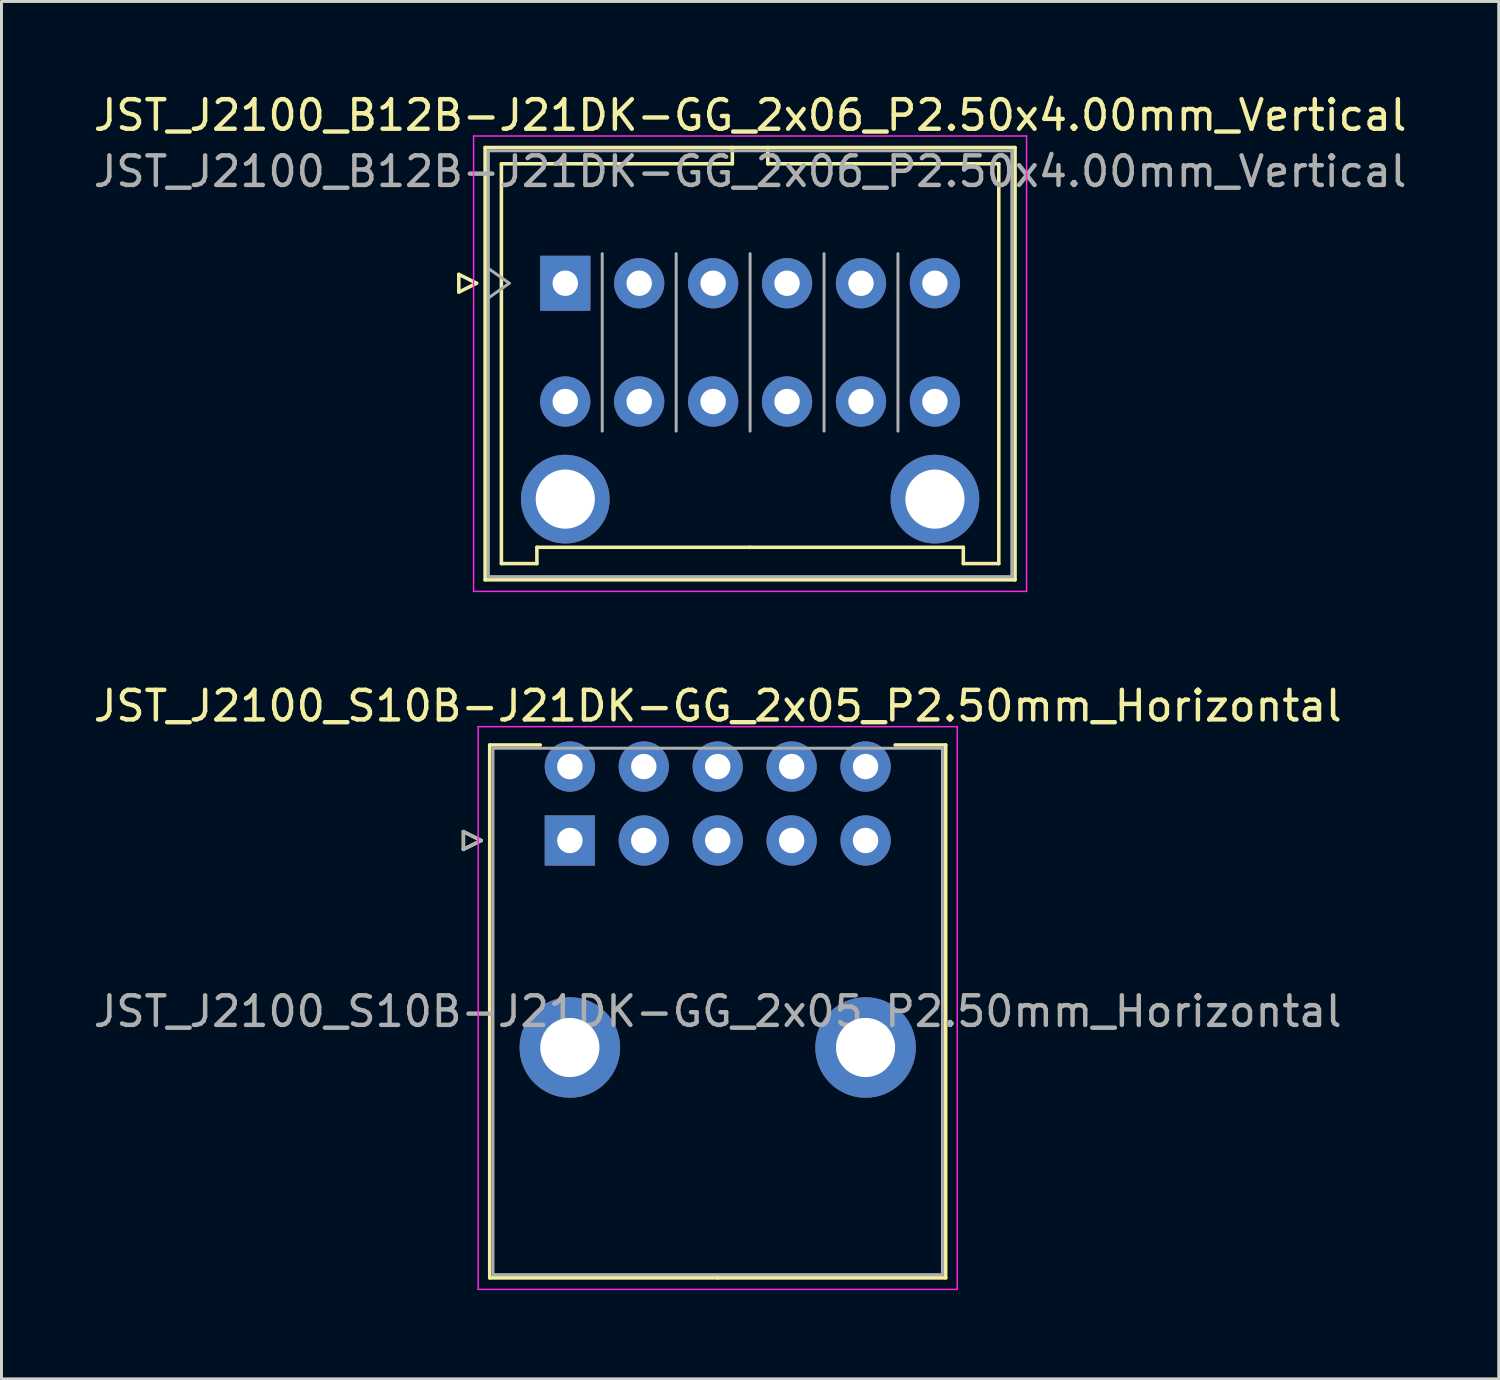
<source format=kicad_pcb>
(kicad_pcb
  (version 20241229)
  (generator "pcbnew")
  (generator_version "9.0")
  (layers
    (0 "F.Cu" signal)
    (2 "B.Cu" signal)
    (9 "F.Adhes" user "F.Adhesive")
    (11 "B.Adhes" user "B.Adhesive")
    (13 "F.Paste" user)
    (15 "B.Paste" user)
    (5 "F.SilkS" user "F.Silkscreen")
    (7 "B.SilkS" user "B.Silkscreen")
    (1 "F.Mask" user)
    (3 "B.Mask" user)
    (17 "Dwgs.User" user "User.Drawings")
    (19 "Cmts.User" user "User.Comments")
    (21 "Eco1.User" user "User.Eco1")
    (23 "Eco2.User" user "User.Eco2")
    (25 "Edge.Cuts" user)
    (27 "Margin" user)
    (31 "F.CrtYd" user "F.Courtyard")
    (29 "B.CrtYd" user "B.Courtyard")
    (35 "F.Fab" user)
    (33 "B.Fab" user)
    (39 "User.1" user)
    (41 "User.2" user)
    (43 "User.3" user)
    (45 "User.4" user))
  (footprint "JST_J2100_S10B-J21DK-GG_2x05_P2.50mm_Horizontal"
    (layer "F.Cu")
    (at 16.22 25.372)
    (property "Reference" "JST_J2100_S10B-J21DK-GG_2x05_P2.50mm_Horizontal" (at 5 -4.55 0) (layer "F.SilkS") (effects (font (size 1 1) (thickness 0.15))))
    (attr through_hole)
    (fp_line (start -3.6 -0.3) (end -3 0) (stroke (width 0.12) (type solid)) (layer "F.SilkS"))
    (fp_line (start -3.6 0.3) (end -3.6 -0.3) (stroke (width 0.12) (type solid)) (layer "F.SilkS"))
    (fp_line (start -3 0) (end -3.6 0.3) (stroke (width 0.12) (type solid)) (layer "F.SilkS"))
    (fp_line (start -2.71 -3.23) (end -2.71 14.79) (stroke (width 0.12) (type solid)) (layer "F.SilkS"))
    (fp_line (start -2.71 14.79) (end 5 14.79) (stroke (width 0.12) (type solid)) (layer "F.SilkS"))
    (fp_line (start -1 -3.23) (end -2.71 -3.23) (stroke (width 0.12) (type solid)) (layer "F.SilkS"))
    (fp_line (start 11 -3.23) (end 12.71 -3.23) (stroke (width 0.12) (type solid)) (layer "F.SilkS"))
    (fp_line (start 12.71 -3.23) (end 12.71 14.79) (stroke (width 0.12) (type solid)) (layer "F.SilkS"))
    (fp_line (start 12.71 14.79) (end 5 14.79) (stroke (width 0.12) (type solid)) (layer "F.SilkS"))
    (fp_line (start -3.1 -3.85) (end -3.1 15.18) (stroke (width 0.05) (type solid)) (layer "F.CrtYd"))
    (fp_line (start -3.1 15.18) (end 13.1 15.18) (stroke (width 0.05) (type solid)) (layer "F.CrtYd"))
    (fp_line (start 13.1 -3.85) (end -3.1 -3.85) (stroke (width 0.05) (type solid)) (layer "F.CrtYd"))
    (fp_line (start 13.1 15.18) (end 13.1 -3.85) (stroke (width 0.05) (type solid)) (layer "F.CrtYd"))
    (fp_line (start -3.6 -0.3) (end -3 0) (stroke (width 0.1) (type solid)) (layer "F.Fab"))
    (fp_line (start -3.6 0.3) (end -3.6 -0.3) (stroke (width 0.1) (type solid)) (layer "F.Fab"))
    (fp_line (start -3 0) (end -3.6 0.3) (stroke (width 0.1) (type solid)) (layer "F.Fab"))
    (fp_line (start -2.6 -3.12) (end -2.6 14.68) (stroke (width 0.1) (type solid)) (layer "F.Fab"))
    (fp_line (start -2.6 14.68) (end 12.6 14.68) (stroke (width 0.1) (type solid)) (layer "F.Fab"))
    (fp_line (start 12.6 -3.12) (end -2.6 -3.12) (stroke (width 0.1) (type solid)) (layer "F.Fab"))
    (fp_line (start 12.6 14.68) (end 12.6 -3.12) (stroke (width 0.1) (type solid)) (layer "F.Fab"))
    (fp_text user "${REFERENCE}" (at 5 5.78 0) (layer "F.Fab") (effects (font (size 1 1) (thickness 0.15))))
    (pad "" thru_hole circle (at 0 7) (size 3.4 3.4) (drill 2) (layers "*.Cu" "*.Mask"))
    (pad "" thru_hole circle (at 10 7) (size 3.4 3.4) (drill 2) (layers "*.Cu" "*.Mask"))
    (pad "a1" thru_hole rect (at 0 0) (size 1.7 1.7) (drill 0.86) (layers "*.Cu" "*.Mask"))
    (pad "a2" thru_hole circle (at 2.5 0) (size 1.7 1.7) (drill 0.86) (layers "*.Cu" "*.Mask"))
    (pad "a3" thru_hole circle (at 5 0) (size 1.7 1.7) (drill 0.86) (layers "*.Cu" "*.Mask"))
    (pad "a4" thru_hole circle (at 7.5 0) (size 1.7 1.7) (drill 0.86) (layers "*.Cu" "*.Mask"))
    (pad "a5" thru_hole circle (at 10 0) (size 1.7 1.7) (drill 0.86) (layers "*.Cu" "*.Mask"))
    (pad "b1" thru_hole circle (at 0 -2.5) (size 1.7 1.7) (drill 0.86) (layers "*.Cu" "*.Mask"))
    (pad "b2" thru_hole circle (at 2.5 -2.5) (size 1.7 1.7) (drill 0.86) (layers "*.Cu" "*.Mask"))
    (pad "b3" thru_hole circle (at 5 -2.5) (size 1.7 1.7) (drill 0.86) (layers "*.Cu" "*.Mask"))
    (pad "b4" thru_hole circle (at 7.5 -2.5) (size 1.7 1.7) (drill 0.86) (layers "*.Cu" "*.Mask"))
    (pad "b5" thru_hole circle (at 10 -2.5) (size 1.7 1.7) (drill 0.86) (layers "*.Cu" "*.Mask")))
  (footprint "JST_J2100_B12B-J21DK-GG_2x06_P2.50x4.00mm_Vertical"
    (layer "F.Cu")
    (at 16.065 6.528)
    (property "Reference" "JST_J2100_B12B-J21DK-GG_2x06_P2.50x4.00mm_Vertical" (at 6.25 -5.68 0) (layer "F.SilkS") (effects (font (size 1 1) (thickness 0.15))))
    (attr through_hole)
    (fp_line (start -3.6 -0.3) (end -3 0) (stroke (width 0.12) (type solid)) (layer "F.SilkS"))
    (fp_line (start -3.6 0.3) (end -3.6 -0.3) (stroke (width 0.12) (type solid)) (layer "F.SilkS"))
    (fp_line (start -3 0) (end -3.6 0.3) (stroke (width 0.12) (type solid)) (layer "F.SilkS"))
    (fp_line (start -2.71 -4.59) (end -2.71 10.03) (stroke (width 0.12) (type solid)) (layer "F.SilkS"))
    (fp_line (start -2.71 10.03) (end 15.21 10.03) (stroke (width 0.12) (type solid)) (layer "F.SilkS"))
    (fp_line (start -2.16 -4.04) (end -2.16 9.48) (stroke (width 0.12) (type solid)) (layer "F.SilkS"))
    (fp_line (start -2.16 9.48) (end -0.96 9.48) (stroke (width 0.12) (type solid)) (layer "F.SilkS"))
    (fp_line (start -0.96 8.93) (end 6.25 8.93) (stroke (width 0.12) (type solid)) (layer "F.SilkS"))
    (fp_line (start -0.96 9.48) (end -0.96 8.93) (stroke (width 0.12) (type solid)) (layer "F.SilkS"))
    (fp_line (start 5.65 -4.59) (end 5.65 -4.04) (stroke (width 0.12) (type solid)) (layer "F.SilkS"))
    (fp_line (start 5.65 -4.04) (end -2.16 -4.04) (stroke (width 0.12) (type solid)) (layer "F.SilkS"))
    (fp_line (start 6.85 -4.59) (end 6.85 -4.04) (stroke (width 0.12) (type solid)) (layer "F.SilkS"))
    (fp_line (start 6.85 -4.04) (end 14.66 -4.04) (stroke (width 0.12) (type solid)) (layer "F.SilkS"))
    (fp_line (start 13.46 8.93) (end 6.25 8.93) (stroke (width 0.12) (type solid)) (layer "F.SilkS"))
    (fp_line (start 13.46 9.48) (end 13.46 8.93) (stroke (width 0.12) (type solid)) (layer "F.SilkS"))
    (fp_line (start 14.66 -4.04) (end 14.66 9.48) (stroke (width 0.12) (type solid)) (layer "F.SilkS"))
    (fp_line (start 14.66 9.48) (end 13.46 9.48) (stroke (width 0.12) (type solid)) (layer "F.SilkS"))
    (fp_line (start 15.21 -4.59) (end -2.71 -4.59) (stroke (width 0.12) (type solid)) (layer "F.SilkS"))
    (fp_line (start 15.21 10.03) (end 15.21 -4.59) (stroke (width 0.12) (type solid)) (layer "F.SilkS"))
    (fp_line (start -3.1 -4.98) (end -3.1 10.42) (stroke (width 0.05) (type solid)) (layer "F.CrtYd"))
    (fp_line (start -3.1 10.42) (end 15.6 10.42) (stroke (width 0.05) (type solid)) (layer "F.CrtYd"))
    (fp_line (start 15.6 -4.98) (end -3.1 -4.98) (stroke (width 0.05) (type solid)) (layer "F.CrtYd"))
    (fp_line (start 15.6 10.42) (end 15.6 -4.98) (stroke (width 0.05) (type solid)) (layer "F.CrtYd"))
    (fp_line (start -2.6 -4.48) (end -2.6 9.92) (stroke (width 0.1) (type solid)) (layer "F.Fab"))
    (fp_line (start -2.6 0.5) (end -1.893 0) (stroke (width 0.1) (type solid)) (layer "F.Fab"))
    (fp_line (start -2.6 9.92) (end 15.1 9.92) (stroke (width 0.1) (type solid)) (layer "F.Fab"))
    (fp_line (start -1.893 0) (end -2.6 -0.5) (stroke (width 0.1) (type solid)) (layer "F.Fab"))
    (fp_line (start 1.25 5) (end 1.25 -1) (stroke (width 0.1) (type solid)) (layer "F.Fab"))
    (fp_line (start 3.75 5) (end 3.75 -1) (stroke (width 0.1) (type solid)) (layer "F.Fab"))
    (fp_line (start 6.25 5) (end 6.25 -1) (stroke (width 0.1) (type solid)) (layer "F.Fab"))
    (fp_line (start 8.75 5) (end 8.75 -1) (stroke (width 0.1) (type solid)) (layer "F.Fab"))
    (fp_line (start 11.25 5) (end 11.25 -1) (stroke (width 0.1) (type solid)) (layer "F.Fab"))
    (fp_line (start 15.1 -4.48) (end -2.6 -4.48) (stroke (width 0.1) (type solid)) (layer "F.Fab"))
    (fp_line (start 15.1 9.92) (end 15.1 -4.48) (stroke (width 0.1) (type solid)) (layer "F.Fab"))
    (fp_text user "${REFERENCE}" (at 6.25 -3.78 0) (layer "F.Fab") (effects (font (size 1 1) (thickness 0.15))))
    (pad "" thru_hole circle (at 0 7.3) (size 3 3) (drill 2) (layers "*.Cu" "*.Mask"))
    (pad "" thru_hole circle (at 12.5 7.3) (size 3 3) (drill 2) (layers "*.Cu" "*.Mask"))
    (pad "a1" thru_hole rect (at 0 0) (size 1.7 1.86) (drill 0.86) (layers "*.Cu" "*.Mask"))
    (pad "a2" thru_hole circle (at 2.5 0) (size 1.7 1.7) (drill 0.86) (layers "*.Cu" "*.Mask"))
    (pad "a3" thru_hole circle (at 5 0) (size 1.7 1.7) (drill 0.86) (layers "*.Cu" "*.Mask"))
    (pad "a4" thru_hole circle (at 7.5 0) (size 1.7 1.7) (drill 0.86) (layers "*.Cu" "*.Mask"))
    (pad "a5" thru_hole circle (at 10 0) (size 1.7 1.7) (drill 0.86) (layers "*.Cu" "*.Mask"))
    (pad "a6" thru_hole circle (at 12.5 0) (size 1.7 1.7) (drill 0.86) (layers "*.Cu" "*.Mask"))
    (pad "b1" thru_hole circle (at 0 4) (size 1.7 1.7) (drill 0.86) (layers "*.Cu" "*.Mask"))
    (pad "b2" thru_hole circle (at 2.5 4) (size 1.7 1.7) (drill 0.86) (layers "*.Cu" "*.Mask"))
    (pad "b3" thru_hole circle (at 5 4) (size 1.7 1.7) (drill 0.86) (layers "*.Cu" "*.Mask"))
    (pad "b4" thru_hole circle (at 7.5 4) (size 1.7 1.7) (drill 0.86) (layers "*.Cu" "*.Mask"))
    (pad "b5" thru_hole circle (at 10 4) (size 1.7 1.7) (drill 0.86) (layers "*.Cu" "*.Mask"))
    (pad "b6" thru_hole circle (at 12.5 4) (size 1.7 1.7) (drill 0.86) (layers "*.Cu" "*.Mask")))
  (gr_rect
    (start -3 -3)
    (end 47.631 43.577)
    (stroke (width 0.1) (type default))
    (fill no)
    (layer "Edge.Cuts")))
</source>
